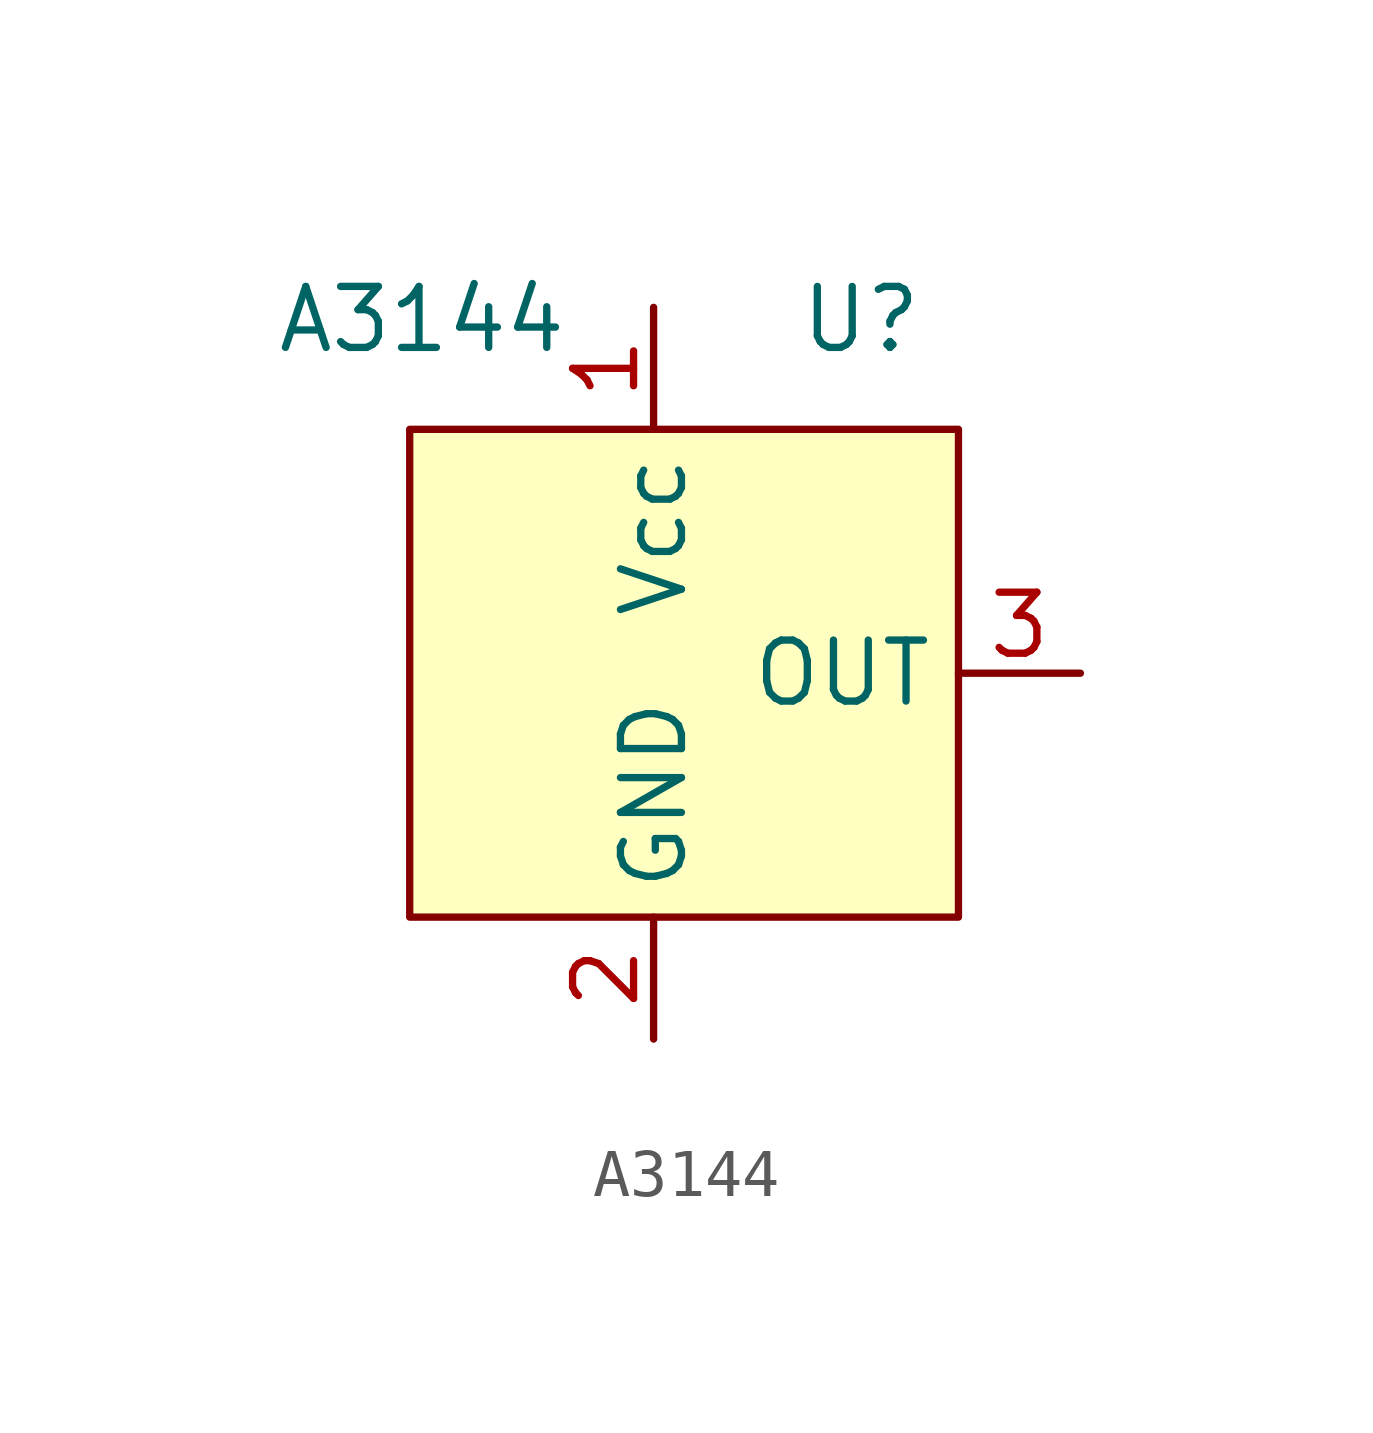
<source format=kicad_sym>
(kicad_symbol_lib
  (version 20231120)
  (generator "kicad_symbol_editor")
  (generator_version "8.0")
  (symbol "A3144"
    (property "Reference" "U"
      (at 4.318 2.286 0)
      (effects (font (size 1.27 1.27))))
    (property "Value" "A3144"
      (at -4.826 2.286 0)
      (effects (font (size 1.27 1.27))))
    (symbol "A3144_1_1"
      (rectangle (start -5.08 0) (end 6.35 -10.16) (stroke (width 0) (type default)) (fill (type background)))
      (pin power_in line (at 0 2.54 270) (length 2.54) (name "Vcc" (effects (font (size 1.27 1.27)))) (number "1" (effects (font (size 1.27 1.27)))))
      (pin power_in line (at 0 -12.7 90) (length 2.54) (name "GND" (effects (font (size 1.27 1.27)))) (number "2" (effects (font (size 1.27 1.27)))))
      (pin output line (at 8.89 -5.08 180) (length 2.54) (name "OUT" (effects (font (size 1.27 1.27)))) (number "3" (effects (font (size 1.27 1.27))))))))
</source>
